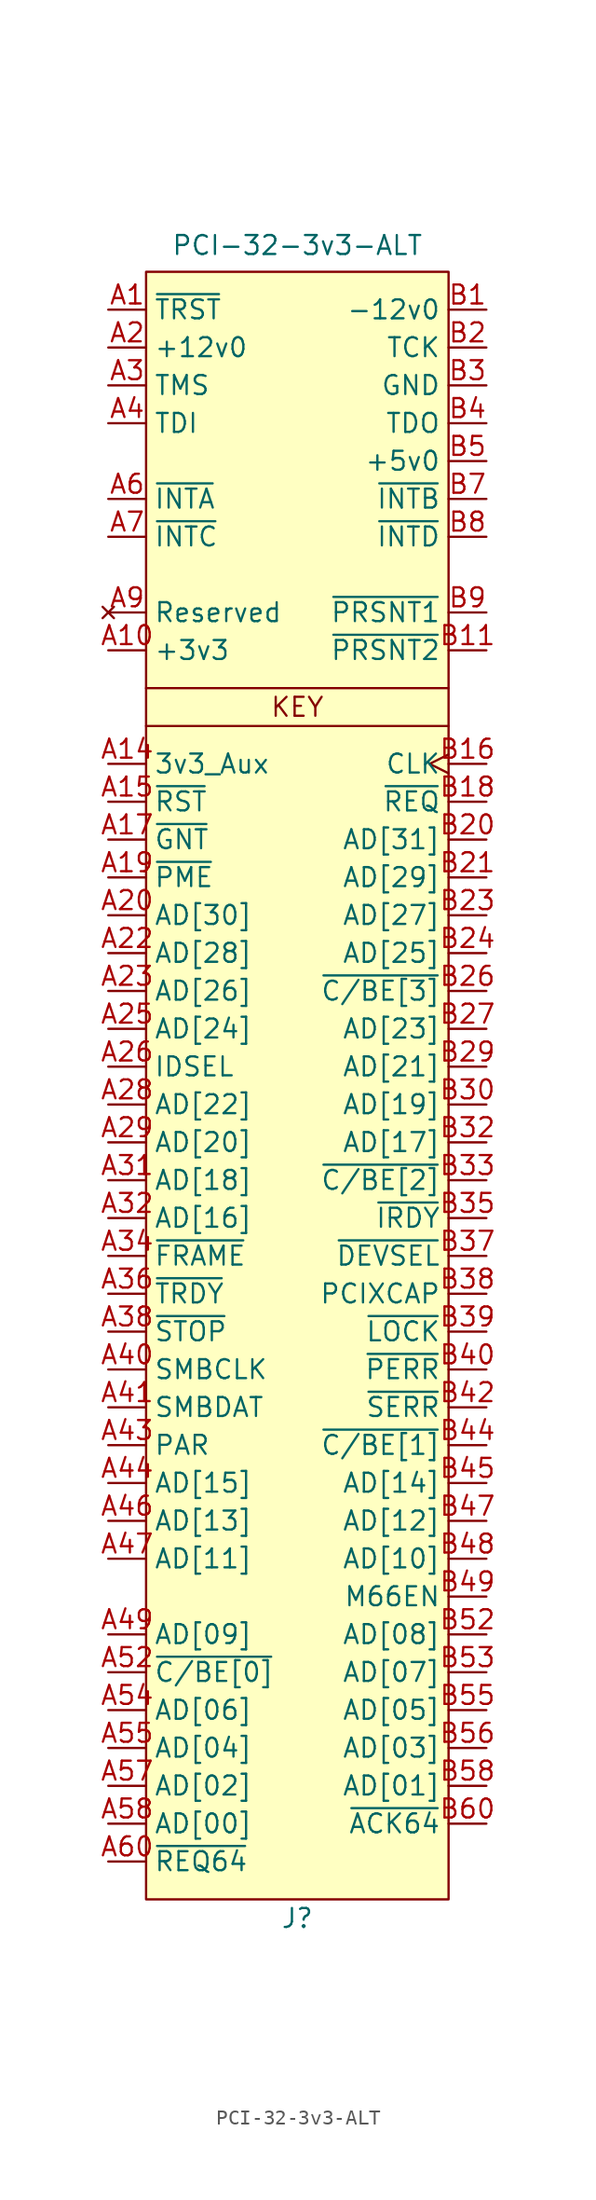
<source format=kicad_sym>
(kicad_symbol_lib
  (version 20241209)
  (generator "kicad_symbol_editor")
  (generator_version "9.0")
  (symbol "PCI-32-3v3-ALT"
    (property "Reference" "J"
      (at 0 -78.74 0)
      (effects (font (size 1.27 1.27))))
    (property "Value" "PCI-32-3v3-ALT"
      (at 0 33.528 0)
      (effects (font (size 1.27 1.27))))
    (symbol "PCI-32-3v3-ALT_1_1"
      (rectangle (start -10.16 31.75) (end 10.16 -77.47) (stroke (width 0) (type solid)) (fill (type background)))
      (polyline (pts (xy -10.16 3.81) (xy 10.16 3.81)) (stroke (width 0) (type default)) (fill (type none)))
      (polyline (pts (xy -10.16 1.27) (xy 10.16 1.27)) (stroke (width 0) (type default)) (fill (type none)))
      (text "KEY" (at 0 2.54 0) (effects (font (size 1.27 1.27))))
      (pin input line (at -12.7 29.21 0) (length 2.54) (name "~{TRST}" (effects (font (size 1.27 1.27)))) (number "A1" (effects (font (size 1.27 1.27)))))
      (pin power_in line (at -12.7 26.67 0) (length 2.54) (name "+12v0" (effects (font (size 1.27 1.27)))) (number "A2" (effects (font (size 1.27 1.27)))))
      (pin input line (at -12.7 24.13 0) (length 2.54) (name "TMS" (effects (font (size 1.27 1.27)))) (number "A3" (effects (font (size 1.27 1.27)))))
      (pin input line (at -12.7 21.59 0) (length 2.54) (name "TDI" (effects (font (size 1.27 1.27)))) (number "A4" (effects (font (size 1.27 1.27)))))
      (pin open_emitter line (at -12.7 16.51 0) (length 2.54) (name "~{INTA}" (effects (font (size 1.27 1.27)))) (number "A6" (effects (font (size 1.27 1.27)))))
      (pin open_emitter line (at -12.7 13.97 0) (length 2.54) (name "~{INTC}" (effects (font (size 1.27 1.27)))) (number "A7" (effects (font (size 1.27 1.27)))))
      (pin passive line (at -12.7 8.89 0) (length 2.54) (hide yes) (name "Reserved" (effects (font (size 1.27 1.27)))) (number "A11" (effects (font (size 1.27 1.27)))))
      (pin no_connect line (at -12.7 8.89 0) (length 2.54) (name "Reserved" (effects (font (size 1.27 1.27)))) (number "A9" (effects (font (size 1.27 1.27)))))
      (pin passive line (at -12.7 8.89 0) (length 2.54) (hide yes) (name "Reserved" (effects (font (size 1.27 1.27)))) (number "B10" (effects (font (size 1.27 1.27)))))
      (pin passive line (at -12.7 8.89 0) (length 2.54) (hide yes) (name "Reserved" (effects (font (size 1.27 1.27)))) (number "B14" (effects (font (size 1.27 1.27)))))
      (pin power_in line (at -12.7 6.35 0) (length 2.54) (name "+3v3" (effects (font (size 1.27 1.27)))) (number "A10" (effects (font (size 1.27 1.27)))))
      (pin passive line (at -12.7 6.35 0) (length 2.54) (hide yes) (name "+3v3" (effects (font (size 1.27 1.27)))) (number "A16" (effects (font (size 1.27 1.27)))))
      (pin passive line (at -12.7 6.35 0) (length 2.54) (hide yes) (name "+3v3" (effects (font (size 1.27 1.27)))) (number "A21" (effects (font (size 1.27 1.27)))))
      (pin passive line (at -12.7 6.35 0) (length 2.54) (hide yes) (name "+3v3" (effects (font (size 1.27 1.27)))) (number "A27" (effects (font (size 1.27 1.27)))))
      (pin passive line (at -12.7 6.35 0) (length 2.54) (hide yes) (name "+3v3" (effects (font (size 1.27 1.27)))) (number "A33" (effects (font (size 1.27 1.27)))))
      (pin passive line (at -12.7 6.35 0) (length 2.54) (hide yes) (name "+3v3" (effects (font (size 1.27 1.27)))) (number "A39" (effects (font (size 1.27 1.27)))))
      (pin passive line (at -12.7 6.35 0) (length 2.54) (hide yes) (name "+3v3" (effects (font (size 1.27 1.27)))) (number "A45" (effects (font (size 1.27 1.27)))))
      (pin passive line (at -12.7 6.35 0) (length 2.54) (hide yes) (name "+3v3" (effects (font (size 1.27 1.27)))) (number "A53" (effects (font (size 1.27 1.27)))))
      (pin passive line (at -12.7 6.35 0) (length 2.54) (hide yes) (name "+3v3" (effects (font (size 1.27 1.27)))) (number "A59" (effects (font (size 1.27 1.27)))))
      (pin passive line (at -12.7 6.35 0) (length 2.54) (hide yes) (name "+3v3" (effects (font (size 1.27 1.27)))) (number "B19" (effects (font (size 1.27 1.27)))))
      (pin passive line (at -12.7 6.35 0) (length 2.54) (hide yes) (name "+3v3" (effects (font (size 1.27 1.27)))) (number "B25" (effects (font (size 1.27 1.27)))))
      (pin passive line (at -12.7 6.35 0) (length 2.54) (hide yes) (name "+3v3" (effects (font (size 1.27 1.27)))) (number "B31" (effects (font (size 1.27 1.27)))))
      (pin passive line (at -12.7 6.35 0) (length 2.54) (hide yes) (name "+3v3" (effects (font (size 1.27 1.27)))) (number "B36" (effects (font (size 1.27 1.27)))))
      (pin passive line (at -12.7 6.35 0) (length 2.54) (hide yes) (name "+3v3" (effects (font (size 1.27 1.27)))) (number "B41" (effects (font (size 1.27 1.27)))))
      (pin passive line (at -12.7 6.35 0) (length 2.54) (hide yes) (name "+3v3" (effects (font (size 1.27 1.27)))) (number "B43" (effects (font (size 1.27 1.27)))))
      (pin passive line (at -12.7 6.35 0) (length 2.54) (hide yes) (name "+3v3" (effects (font (size 1.27 1.27)))) (number "B54" (effects (font (size 1.27 1.27)))))
      (pin passive line (at -12.7 6.35 0) (length 2.54) (hide yes) (name "+3v3" (effects (font (size 1.27 1.27)))) (number "B59" (effects (font (size 1.27 1.27)))))
      (pin power_in line (at -12.7 -1.27 0) (length 2.54) (name "3v3_Aux" (effects (font (size 1.27 1.27)))) (number "A14" (effects (font (size 1.27 1.27)))))
      (pin input line (at -12.7 -3.81 0) (length 2.54) (name "~{RST}" (effects (font (size 1.27 1.27)))) (number "A15" (effects (font (size 1.27 1.27)))))
      (pin tri_state line (at -12.7 -6.35 0) (length 2.54) (name "~{GNT}" (effects (font (size 1.27 1.27)))) (number "A17" (effects (font (size 1.27 1.27)))))
      (pin open_emitter line (at -12.7 -8.89 0) (length 2.54) (name "~{PME}" (effects (font (size 1.27 1.27)))) (number "A19" (effects (font (size 1.27 1.27)))))
      (pin tri_state line (at -12.7 -11.43 0) (length 2.54) (name "AD[30]" (effects (font (size 1.27 1.27)))) (number "A20" (effects (font (size 1.27 1.27)))))
      (pin tri_state line (at -12.7 -13.97 0) (length 2.54) (name "AD[28]" (effects (font (size 1.27 1.27)))) (number "A22" (effects (font (size 1.27 1.27)))))
      (pin tri_state line (at -12.7 -16.51 0) (length 2.54) (name "AD[26]" (effects (font (size 1.27 1.27)))) (number "A23" (effects (font (size 1.27 1.27)))))
      (pin tri_state line (at -12.7 -19.05 0) (length 2.54) (name "AD[24]" (effects (font (size 1.27 1.27)))) (number "A25" (effects (font (size 1.27 1.27)))))
      (pin input line (at -12.7 -21.59 0) (length 2.54) (name "IDSEL" (effects (font (size 1.27 1.27)))) (number "A26" (effects (font (size 1.27 1.27)))))
      (pin tri_state line (at -12.7 -24.13 0) (length 2.54) (name "AD[22]" (effects (font (size 1.27 1.27)))) (number "A28" (effects (font (size 1.27 1.27)))))
      (pin tri_state line (at -12.7 -26.67 0) (length 2.54) (name "AD[20]" (effects (font (size 1.27 1.27)))) (number "A29" (effects (font (size 1.27 1.27)))))
      (pin tri_state line (at -12.7 -29.21 0) (length 2.54) (name "AD[18]" (effects (font (size 1.27 1.27)))) (number "A31" (effects (font (size 1.27 1.27)))))
      (pin tri_state line (at -12.7 -31.75 0) (length 2.54) (name "AD[16]" (effects (font (size 1.27 1.27)))) (number "A32" (effects (font (size 1.27 1.27)))))
      (pin tri_state line (at -12.7 -34.29 0) (length 2.54) (name "~{FRAME}" (effects (font (size 1.27 1.27)))) (number "A34" (effects (font (size 1.27 1.27)))))
      (pin tri_state line (at -12.7 -36.83 0) (length 2.54) (name "~{TRDY}" (effects (font (size 1.27 1.27)))) (number "A36" (effects (font (size 1.27 1.27)))))
      (pin tri_state line (at -12.7 -39.37 0) (length 2.54) (name "~{STOP}" (effects (font (size 1.27 1.27)))) (number "A38" (effects (font (size 1.27 1.27)))))
      (pin open_emitter line (at -12.7 -41.91 0) (length 2.54) (name "SMBCLK" (effects (font (size 1.27 1.27)))) (number "A40" (effects (font (size 1.27 1.27)))))
      (pin open_emitter line (at -12.7 -44.45 0) (length 2.54) (name "SMBDAT" (effects (font (size 1.27 1.27)))) (number "A41" (effects (font (size 1.27 1.27)))))
      (pin tri_state line (at -12.7 -46.99 0) (length 2.54) (name "PAR" (effects (font (size 1.27 1.27)))) (number "A43" (effects (font (size 1.27 1.27)))))
      (pin tri_state line (at -12.7 -49.53 0) (length 2.54) (name "AD[15]" (effects (font (size 1.27 1.27)))) (number "A44" (effects (font (size 1.27 1.27)))))
      (pin tri_state line (at -12.7 -52.07 0) (length 2.54) (name "AD[13]" (effects (font (size 1.27 1.27)))) (number "A46" (effects (font (size 1.27 1.27)))))
      (pin tri_state line (at -12.7 -54.61 0) (length 2.54) (name "AD[11]" (effects (font (size 1.27 1.27)))) (number "A47" (effects (font (size 1.27 1.27)))))
      (pin passive line (at -12.7 -57.15 0) (length 2.54) (hide yes) (name "GND" (effects (font (size 1.27 1.27)))) (number "A48" (effects (font (size 1.27 1.27)))))
      (pin tri_state line (at -12.7 -59.69 0) (length 2.54) (name "AD[09]" (effects (font (size 1.27 1.27)))) (number "A49" (effects (font (size 1.27 1.27)))))
      (pin tri_state line (at -12.7 -62.23 0) (length 2.54) (name "~{C/BE[0]}" (effects (font (size 1.27 1.27)))) (number "A52" (effects (font (size 1.27 1.27)))))
      (pin tri_state line (at -12.7 -64.77 0) (length 2.54) (name "AD[06]" (effects (font (size 1.27 1.27)))) (number "A54" (effects (font (size 1.27 1.27)))))
      (pin tri_state line (at -12.7 -67.31 0) (length 2.54) (name "AD[04]" (effects (font (size 1.27 1.27)))) (number "A55" (effects (font (size 1.27 1.27)))))
      (pin tri_state line (at -12.7 -69.85 0) (length 2.54) (name "AD[02]" (effects (font (size 1.27 1.27)))) (number "A57" (effects (font (size 1.27 1.27)))))
      (pin tri_state line (at -12.7 -72.39 0) (length 2.54) (name "AD[00]" (effects (font (size 1.27 1.27)))) (number "A58" (effects (font (size 1.27 1.27)))))
      (pin tri_state line (at -12.7 -74.93 0) (length 2.54) (name "~{REQ64}" (effects (font (size 1.27 1.27)))) (number "A60" (effects (font (size 1.27 1.27)))))
      (pin power_in line (at 12.7 29.21 180) (length 2.54) (name "-12v0" (effects (font (size 1.27 1.27)))) (number "B1" (effects (font (size 1.27 1.27)))))
      (pin input line (at 12.7 26.67 180) (length 2.54) (name "TCK" (effects (font (size 1.27 1.27)))) (number "B2" (effects (font (size 1.27 1.27)))))
      (pin passive line (at 12.7 24.13 180) (length 2.54) (hide yes) (name "GND" (effects (font (size 1.27 1.27)))) (number "A18" (effects (font (size 1.27 1.27)))))
      (pin passive line (at 12.7 24.13 180) (length 2.54) (hide yes) (name "GND" (effects (font (size 1.27 1.27)))) (number "A24" (effects (font (size 1.27 1.27)))))
      (pin passive line (at 12.7 24.13 180) (length 2.54) (hide yes) (name "GND" (effects (font (size 1.27 1.27)))) (number "A30" (effects (font (size 1.27 1.27)))))
      (pin passive line (at 12.7 24.13 180) (length 2.54) (hide yes) (name "GND" (effects (font (size 1.27 1.27)))) (number "A35" (effects (font (size 1.27 1.27)))))
      (pin passive line (at 12.7 24.13 180) (length 2.54) (hide yes) (name "GND" (effects (font (size 1.27 1.27)))) (number "A37" (effects (font (size 1.27 1.27)))))
      (pin passive line (at 12.7 24.13 180) (length 2.54) (hide yes) (name "GND" (effects (font (size 1.27 1.27)))) (number "A42" (effects (font (size 1.27 1.27)))))
      (pin passive line (at 12.7 24.13 180) (length 2.54) (hide yes) (name "GND" (effects (font (size 1.27 1.27)))) (number "A50" (effects (font (size 1.27 1.27)))))
      (pin passive line (at 12.7 24.13 180) (length 2.54) (hide yes) (name "GND" (effects (font (size 1.27 1.27)))) (number "A51" (effects (font (size 1.27 1.27)))))
      (pin passive line (at 12.7 24.13 180) (length 2.54) (hide yes) (name "GND" (effects (font (size 1.27 1.27)))) (number "A56" (effects (font (size 1.27 1.27)))))
      (pin passive line (at 12.7 24.13 180) (length 2.54) (hide yes) (name "GND" (effects (font (size 1.27 1.27)))) (number "B15" (effects (font (size 1.27 1.27)))))
      (pin passive line (at 12.7 24.13 180) (length 2.54) (hide yes) (name "GND" (effects (font (size 1.27 1.27)))) (number "B17" (effects (font (size 1.27 1.27)))))
      (pin passive line (at 12.7 24.13 180) (length 2.54) (hide yes) (name "GND" (effects (font (size 1.27 1.27)))) (number "B22" (effects (font (size 1.27 1.27)))))
      (pin passive line (at 12.7 24.13 180) (length 2.54) (hide yes) (name "GND" (effects (font (size 1.27 1.27)))) (number "B28" (effects (font (size 1.27 1.27)))))
      (pin power_in line (at 12.7 24.13 180) (length 2.54) (name "GND" (effects (font (size 1.27 1.27)))) (number "B3" (effects (font (size 1.27 1.27)))))
      (pin passive line (at 12.7 24.13 180) (length 2.54) (hide yes) (name "GND" (effects (font (size 1.27 1.27)))) (number "B34" (effects (font (size 1.27 1.27)))))
      (pin passive line (at 12.7 24.13 180) (length 2.54) (hide yes) (name "GND" (effects (font (size 1.27 1.27)))) (number "B46" (effects (font (size 1.27 1.27)))))
      (pin passive line (at 12.7 24.13 180) (length 2.54) (hide yes) (name "GND" (effects (font (size 1.27 1.27)))) (number "B50" (effects (font (size 1.27 1.27)))))
      (pin passive line (at 12.7 24.13 180) (length 2.54) (hide yes) (name "GND" (effects (font (size 1.27 1.27)))) (number "B51" (effects (font (size 1.27 1.27)))))
      (pin passive line (at 12.7 24.13 180) (length 2.54) (hide yes) (name "GND" (effects (font (size 1.27 1.27)))) (number "B57" (effects (font (size 1.27 1.27)))))
      (pin output line (at 12.7 21.59 180) (length 2.54) (name "TDO" (effects (font (size 1.27 1.27)))) (number "B4" (effects (font (size 1.27 1.27)))))
      (pin passive line (at 12.7 19.05 180) (length 2.54) (hide yes) (name "+5v0" (effects (font (size 1.27 1.27)))) (number "A5" (effects (font (size 1.27 1.27)))))
      (pin passive line (at 12.7 19.05 180) (length 2.54) (hide yes) (name "+5v0" (effects (font (size 1.27 1.27)))) (number "A61" (effects (font (size 1.27 1.27)))))
      (pin passive line (at 12.7 19.05 180) (length 2.54) (hide yes) (name "+5v0" (effects (font (size 1.27 1.27)))) (number "A62" (effects (font (size 1.27 1.27)))))
      (pin passive line (at 12.7 19.05 180) (length 2.54) (hide yes) (name "+5v0" (effects (font (size 1.27 1.27)))) (number "A8" (effects (font (size 1.27 1.27)))))
      (pin power_in line (at 12.7 19.05 180) (length 2.54) (name "+5v0" (effects (font (size 1.27 1.27)))) (number "B5" (effects (font (size 1.27 1.27)))))
      (pin passive line (at 12.7 19.05 180) (length 2.54) (hide yes) (name "+5v0" (effects (font (size 1.27 1.27)))) (number "B6" (effects (font (size 1.27 1.27)))))
      (pin passive line (at 12.7 19.05 180) (length 2.54) (hide yes) (name "+5v0" (effects (font (size 1.27 1.27)))) (number "B61" (effects (font (size 1.27 1.27)))))
      (pin passive line (at 12.7 19.05 180) (length 2.54) (hide yes) (name "+5v0" (effects (font (size 1.27 1.27)))) (number "B62" (effects (font (size 1.27 1.27)))))
      (pin open_emitter line (at 12.7 16.51 180) (length 2.54) (name "~{INTB}" (effects (font (size 1.27 1.27)))) (number "B7" (effects (font (size 1.27 1.27)))))
      (pin open_emitter line (at 12.7 13.97 180) (length 2.54) (name "~{INTD}" (effects (font (size 1.27 1.27)))) (number "B8" (effects (font (size 1.27 1.27)))))
      (pin input line (at 12.7 8.89 180) (length 2.54) (name "~{PRSNT1}" (effects (font (size 1.27 1.27)))) (number "B9" (effects (font (size 1.27 1.27)))))
      (pin input line (at 12.7 6.35 180) (length 2.54) (name "~{PRSNT2}" (effects (font (size 1.27 1.27)))) (number "B11" (effects (font (size 1.27 1.27)))))
      (pin input clock (at 12.7 -1.27 180) (length 2.54) (name "CLK" (effects (font (size 1.27 1.27)))) (number "B16" (effects (font (size 1.27 1.27)))))
      (pin tri_state line (at 12.7 -3.81 180) (length 2.54) (name "~{REQ}" (effects (font (size 1.27 1.27)))) (number "B18" (effects (font (size 1.27 1.27)))))
      (pin tri_state line (at 12.7 -6.35 180) (length 2.54) (name "AD[31]" (effects (font (size 1.27 1.27)))) (number "B20" (effects (font (size 1.27 1.27)))))
      (pin tri_state line (at 12.7 -8.89 180) (length 2.54) (name "AD[29]" (effects (font (size 1.27 1.27)))) (number "B21" (effects (font (size 1.27 1.27)))))
      (pin tri_state line (at 12.7 -11.43 180) (length 2.54) (name "AD[27]" (effects (font (size 1.27 1.27)))) (number "B23" (effects (font (size 1.27 1.27)))))
      (pin tri_state line (at 12.7 -13.97 180) (length 2.54) (name "AD[25]" (effects (font (size 1.27 1.27)))) (number "B24" (effects (font (size 1.27 1.27)))))
      (pin tri_state line (at 12.7 -16.51 180) (length 2.54) (name "~{C/BE[3]}" (effects (font (size 1.27 1.27)))) (number "B26" (effects (font (size 1.27 1.27)))))
      (pin tri_state line (at 12.7 -19.05 180) (length 2.54) (name "AD[23]" (effects (font (size 1.27 1.27)))) (number "B27" (effects (font (size 1.27 1.27)))))
      (pin tri_state line (at 12.7 -21.59 180) (length 2.54) (name "AD[21]" (effects (font (size 1.27 1.27)))) (number "B29" (effects (font (size 1.27 1.27)))))
      (pin tri_state line (at 12.7 -24.13 180) (length 2.54) (name "AD[19]" (effects (font (size 1.27 1.27)))) (number "B30" (effects (font (size 1.27 1.27)))))
      (pin tri_state line (at 12.7 -26.67 180) (length 2.54) (name "AD[17]" (effects (font (size 1.27 1.27)))) (number "B32" (effects (font (size 1.27 1.27)))))
      (pin tri_state line (at 12.7 -29.21 180) (length 2.54) (name "~{C/BE[2]}" (effects (font (size 1.27 1.27)))) (number "B33" (effects (font (size 1.27 1.27)))))
      (pin tri_state line (at 12.7 -31.75 180) (length 2.54) (name "~{IRDY}" (effects (font (size 1.27 1.27)))) (number "B35" (effects (font (size 1.27 1.27)))))
      (pin tri_state line (at 12.7 -34.29 180) (length 2.54) (name "~{DEVSEL}" (effects (font (size 1.27 1.27)))) (number "B37" (effects (font (size 1.27 1.27)))))
      (pin passive line (at 12.7 -36.83 180) (length 2.54) (name "PCIXCAP" (effects (font (size 1.27 1.27)))) (number "B38" (effects (font (size 1.27 1.27)))))
      (pin tri_state line (at 12.7 -39.37 180) (length 2.54) (name "~{LOCK}" (effects (font (size 1.27 1.27)))) (number "B39" (effects (font (size 1.27 1.27)))))
      (pin tri_state line (at 12.7 -41.91 180) (length 2.54) (name "~{PERR}" (effects (font (size 1.27 1.27)))) (number "B40" (effects (font (size 1.27 1.27)))))
      (pin open_emitter line (at 12.7 -44.45 180) (length 2.54) (name "~{SERR}" (effects (font (size 1.27 1.27)))) (number "B42" (effects (font (size 1.27 1.27)))))
      (pin tri_state line (at 12.7 -46.99 180) (length 2.54) (name "~{C/BE[1]}" (effects (font (size 1.27 1.27)))) (number "B44" (effects (font (size 1.27 1.27)))))
      (pin tri_state line (at 12.7 -49.53 180) (length 2.54) (name "AD[14]" (effects (font (size 1.27 1.27)))) (number "B45" (effects (font (size 1.27 1.27)))))
      (pin tri_state line (at 12.7 -52.07 180) (length 2.54) (name "AD[12]" (effects (font (size 1.27 1.27)))) (number "B47" (effects (font (size 1.27 1.27)))))
      (pin tri_state line (at 12.7 -54.61 180) (length 2.54) (name "AD[10]" (effects (font (size 1.27 1.27)))) (number "B48" (effects (font (size 1.27 1.27)))))
      (pin input line (at 12.7 -57.15 180) (length 2.54) (name "M66EN" (effects (font (size 1.27 1.27)))) (number "B49" (effects (font (size 1.27 1.27)))))
      (pin tri_state line (at 12.7 -59.69 180) (length 2.54) (name "AD[08]" (effects (font (size 1.27 1.27)))) (number "B52" (effects (font (size 1.27 1.27)))))
      (pin tri_state line (at 12.7 -62.23 180) (length 2.54) (name "AD[07]" (effects (font (size 1.27 1.27)))) (number "B53" (effects (font (size 1.27 1.27)))))
      (pin tri_state line (at 12.7 -64.77 180) (length 2.54) (name "AD[05]" (effects (font (size 1.27 1.27)))) (number "B55" (effects (font (size 1.27 1.27)))))
      (pin tri_state line (at 12.7 -67.31 180) (length 2.54) (name "AD[03]" (effects (font (size 1.27 1.27)))) (number "B56" (effects (font (size 1.27 1.27)))))
      (pin tri_state line (at 12.7 -69.85 180) (length 2.54) (name "AD[01]" (effects (font (size 1.27 1.27)))) (number "B58" (effects (font (size 1.27 1.27)))))
      (pin tri_state line (at 12.7 -72.39 180) (length 2.54) (name "~{ACK64}" (effects (font (size 1.27 1.27)))) (number "B60" (effects (font (size 1.27 1.27))))))))
</source>
